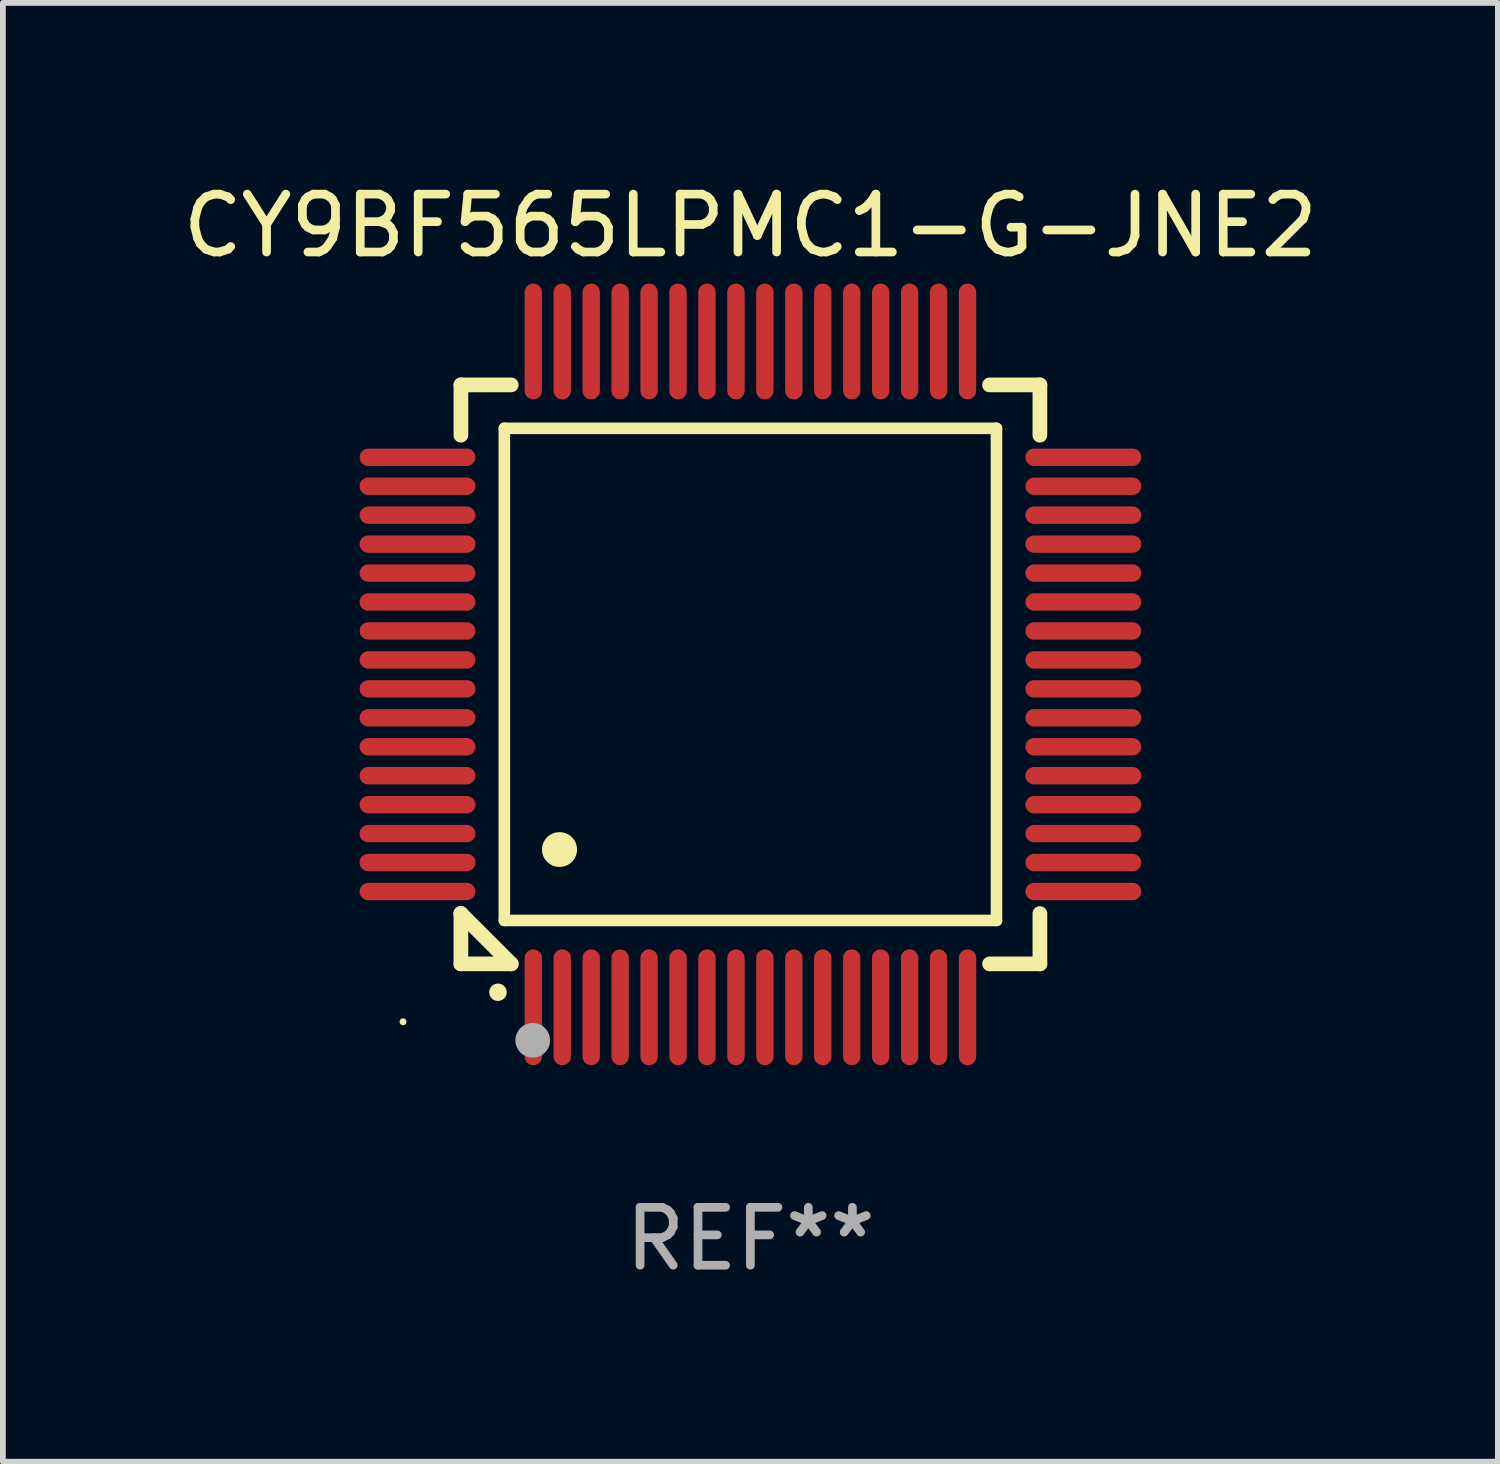
<source format=kicad_pcb>
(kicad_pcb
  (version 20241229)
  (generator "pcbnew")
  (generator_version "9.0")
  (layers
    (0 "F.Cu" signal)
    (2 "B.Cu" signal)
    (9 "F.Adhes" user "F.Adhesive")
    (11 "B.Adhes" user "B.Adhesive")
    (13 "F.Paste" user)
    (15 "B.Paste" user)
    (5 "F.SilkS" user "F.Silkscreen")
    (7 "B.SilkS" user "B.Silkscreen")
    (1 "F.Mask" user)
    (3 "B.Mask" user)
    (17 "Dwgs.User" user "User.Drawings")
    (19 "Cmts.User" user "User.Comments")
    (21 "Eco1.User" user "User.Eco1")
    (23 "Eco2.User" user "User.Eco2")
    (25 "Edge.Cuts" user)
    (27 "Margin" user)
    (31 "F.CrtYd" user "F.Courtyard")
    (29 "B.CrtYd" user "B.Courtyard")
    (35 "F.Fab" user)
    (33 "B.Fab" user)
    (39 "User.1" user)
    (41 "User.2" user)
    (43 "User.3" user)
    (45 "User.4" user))
  (footprint "CY9BF565LPMC1-G-JNE2"
    (layer "F.Cu")
    (at 9.911 8.598)
    (property "Reference" "CY9BF565LPMC1-G-JNE2" (at 0 -7.75 0) (layer "F.SilkS") (effects (font (size 1 1) (thickness 0.15))))
    (attr through_hole)
    (fp_line (start -5 -5) (end -4.131 -5) (stroke (width 0.254) (type solid)) (layer "F.SilkS"))
    (fp_line (start -5 -4.131) (end -5 -5) (stroke (width 0.254) (type solid)) (layer "F.SilkS"))
    (fp_line (start -5 4.131) (end -5 4.131) (stroke (width 0.254) (type solid)) (layer "F.SilkS"))
    (fp_line (start -5 5) (end -5 4.131) (stroke (width 0.254) (type solid)) (layer "F.SilkS"))
    (fp_line (start -5 4.131) (end -4.131 5) (stroke (width 0.254) (type solid)) (layer "F.SilkS"))
    (fp_line (start -4.25 -4.25) (end -4.25 4.25) (stroke (width 0.2) (type solid)) (layer "F.SilkS"))
    (fp_line (start -4.25 4.25) (end 4.25 4.25) (stroke (width 0.2) (type solid)) (layer "F.SilkS"))
    (fp_line (start -4.131 5) (end -5 5) (stroke (width 0.254) (type solid)) (layer "F.SilkS"))
    (fp_line (start 4.25 -4.25) (end -4.25 -4.25) (stroke (width 0.2) (type solid)) (layer "F.SilkS"))
    (fp_line (start 4.25 4.25) (end 4.25 -4.25) (stroke (width 0.2) (type solid)) (layer "F.SilkS"))
    (fp_line (start 5 -5) (end 4.131 -5) (stroke (width 0.254) (type solid)) (layer "F.SilkS"))
    (fp_line (start 5 -5) (end 5 -4.131) (stroke (width 0.254) (type solid)) (layer "F.SilkS"))
    (fp_line (start 5 4.131) (end 5 5) (stroke (width 0.254) (type solid)) (layer "F.SilkS"))
    (fp_line (start 5 5) (end 4.131 5) (stroke (width 0.254) (type solid)) (layer "F.SilkS"))
    (fp_arc (start -4.361265 5.489992) (mid -4.359995 5.489987) (end -4.358725 5.489992) (stroke (width 0.3) (type solid)) (layer "F.SilkS"))
    (fp_arc (start -3.299467 3.025146) (mid -3.296927 3.025135) (end -3.294387 3.025146) (stroke (width 0.6) (type solid)) (layer "F.SilkS"))
    (fp_circle (center -6 6) (end -5.97 6) (stroke (width 0.06) (type solid)) (fill no) (layer "F.SilkS"))
    (fp_circle (center -3.76 6.32) (end -3.61 6.32) (stroke (width 0.3) (type solid)) (fill no) (layer "F.Fab"))
    (fp_text user "REF**" (at 0 9.75 0) (layer "F.Fab") (effects (font (size 1 1) (thickness 0.15))))
    (pad "1" smd oval (at -3.75 5.75) (size 0.3 2) (layers "F.Cu" "F.Mask" "F.Paste"))
    (pad "2" smd oval (at -3.25 5.75) (size 0.3 2) (layers "F.Cu" "F.Mask" "F.Paste"))
    (pad "3" smd oval (at -2.75 5.75) (size 0.3 2) (layers "F.Cu" "F.Mask" "F.Paste"))
    (pad "4" smd oval (at -2.25 5.75) (size 0.3 2) (layers "F.Cu" "F.Mask" "F.Paste"))
    (pad "5" smd oval (at -1.75 5.75) (size 0.3 2) (layers "F.Cu" "F.Mask" "F.Paste"))
    (pad "6" smd oval (at -1.25 5.75) (size 0.3 2) (layers "F.Cu" "F.Mask" "F.Paste"))
    (pad "7" smd oval (at -0.75 5.75) (size 0.3 2) (layers "F.Cu" "F.Mask" "F.Paste"))
    (pad "8" smd oval (at -0.25 5.75) (size 0.3 2) (layers "F.Cu" "F.Mask" "F.Paste"))
    (pad "9" smd oval (at 0.25 5.75) (size 0.3 2) (layers "F.Cu" "F.Mask" "F.Paste"))
    (pad "10" smd oval (at 0.75 5.75) (size 0.3 2) (layers "F.Cu" "F.Mask" "F.Paste"))
    (pad "11" smd oval (at 1.25 5.75) (size 0.3 2) (layers "F.Cu" "F.Mask" "F.Paste"))
    (pad "12" smd oval (at 1.75 5.75) (size 0.3 2) (layers "F.Cu" "F.Mask" "F.Paste"))
    (pad "13" smd oval (at 2.25 5.75) (size 0.3 2) (layers "F.Cu" "F.Mask" "F.Paste"))
    (pad "14" smd oval (at 2.75 5.75) (size 0.3 2) (layers "F.Cu" "F.Mask" "F.Paste"))
    (pad "15" smd oval (at 3.25 5.75) (size 0.3 2) (layers "F.Cu" "F.Mask" "F.Paste"))
    (pad "16" smd oval (at 3.75 5.75) (size 0.3 2) (layers "F.Cu" "F.Mask" "F.Paste"))
    (pad "17" smd oval (at 5.75 3.75) (size 2 0.3) (layers "F.Cu" "F.Mask" "F.Paste"))
    (pad "18" smd oval (at 5.75 3.25) (size 2 0.3) (layers "F.Cu" "F.Mask" "F.Paste"))
    (pad "19" smd oval (at 5.75 2.75) (size 2 0.3) (layers "F.Cu" "F.Mask" "F.Paste"))
    (pad "20" smd oval (at 5.75 2.25) (size 2 0.3) (layers "F.Cu" "F.Mask" "F.Paste"))
    (pad "21" smd oval (at 5.75 1.75) (size 2 0.3) (layers "F.Cu" "F.Mask" "F.Paste"))
    (pad "22" smd oval (at 5.75 1.25) (size 2 0.3) (layers "F.Cu" "F.Mask" "F.Paste"))
    (pad "23" smd oval (at 5.75 0.75) (size 2 0.3) (layers "F.Cu" "F.Mask" "F.Paste"))
    (pad "24" smd oval (at 5.75 0.25) (size 2 0.3) (layers "F.Cu" "F.Mask" "F.Paste"))
    (pad "25" smd oval (at 5.75 -0.25) (size 2 0.3) (layers "F.Cu" "F.Mask" "F.Paste"))
    (pad "26" smd oval (at 5.75 -0.75) (size 2 0.3) (layers "F.Cu" "F.Mask" "F.Paste"))
    (pad "27" smd oval (at 5.75 -1.25) (size 2 0.3) (layers "F.Cu" "F.Mask" "F.Paste"))
    (pad "28" smd oval (at 5.75 -1.75) (size 2 0.3) (layers "F.Cu" "F.Mask" "F.Paste"))
    (pad "29" smd oval (at 5.75 -2.25) (size 2 0.3) (layers "F.Cu" "F.Mask" "F.Paste"))
    (pad "30" smd oval (at 5.75 -2.75) (size 2 0.3) (layers "F.Cu" "F.Mask" "F.Paste"))
    (pad "31" smd oval (at 5.75 -3.25) (size 2 0.3) (layers "F.Cu" "F.Mask" "F.Paste"))
    (pad "32" smd oval (at 5.75 -3.75) (size 2 0.3) (layers "F.Cu" "F.Mask" "F.Paste"))
    (pad "33" smd oval (at 3.75 -5.75) (size 0.3 2) (layers "F.Cu" "F.Mask" "F.Paste"))
    (pad "34" smd oval (at 3.25 -5.75) (size 0.3 2) (layers "F.Cu" "F.Mask" "F.Paste"))
    (pad "35" smd oval (at 2.75 -5.75) (size 0.3 2) (layers "F.Cu" "F.Mask" "F.Paste"))
    (pad "36" smd oval (at 2.25 -5.75) (size 0.3 2) (layers "F.Cu" "F.Mask" "F.Paste"))
    (pad "37" smd oval (at 1.75 -5.75) (size 0.3 2) (layers "F.Cu" "F.Mask" "F.Paste"))
    (pad "38" smd oval (at 1.25 -5.75) (size 0.3 2) (layers "F.Cu" "F.Mask" "F.Paste"))
    (pad "39" smd oval (at 0.75 -5.75) (size 0.3 2) (layers "F.Cu" "F.Mask" "F.Paste"))
    (pad "40" smd oval (at 0.25 -5.75) (size 0.3 2) (layers "F.Cu" "F.Mask" "F.Paste"))
    (pad "41" smd oval (at -0.25 -5.75) (size 0.3 2) (layers "F.Cu" "F.Mask" "F.Paste"))
    (pad "42" smd oval (at -0.75 -5.75) (size 0.3 2) (layers "F.Cu" "F.Mask" "F.Paste"))
    (pad "43" smd oval (at -1.25 -5.75) (size 0.3 2) (layers "F.Cu" "F.Mask" "F.Paste"))
    (pad "44" smd oval (at -1.75 -5.75) (size 0.3 2) (layers "F.Cu" "F.Mask" "F.Paste"))
    (pad "45" smd oval (at -2.25 -5.75) (size 0.3 2) (layers "F.Cu" "F.Mask" "F.Paste"))
    (pad "46" smd oval (at -2.75 -5.75) (size 0.3 2) (layers "F.Cu" "F.Mask" "F.Paste"))
    (pad "47" smd oval (at -3.25 -5.75) (size 0.3 2) (layers "F.Cu" "F.Mask" "F.Paste"))
    (pad "48" smd oval (at -3.75 -5.75) (size 0.3 2) (layers "F.Cu" "F.Mask" "F.Paste"))
    (pad "49" smd oval (at -5.75 -3.75) (size 2 0.3) (layers "F.Cu" "F.Mask" "F.Paste"))
    (pad "50" smd oval (at -5.75 -3.25) (size 2 0.3) (layers "F.Cu" "F.Mask" "F.Paste"))
    (pad "51" smd oval (at -5.75 -2.75) (size 2 0.3) (layers "F.Cu" "F.Mask" "F.Paste"))
    (pad "52" smd oval (at -5.75 -2.25) (size 2 0.3) (layers "F.Cu" "F.Mask" "F.Paste"))
    (pad "53" smd oval (at -5.75 -1.75) (size 2 0.3) (layers "F.Cu" "F.Mask" "F.Paste"))
    (pad "54" smd oval (at -5.75 -1.25) (size 2 0.3) (layers "F.Cu" "F.Mask" "F.Paste"))
    (pad "55" smd oval (at -5.75 -0.75) (size 2 0.3) (layers "F.Cu" "F.Mask" "F.Paste"))
    (pad "56" smd oval (at -5.75 -0.25) (size 2 0.3) (layers "F.Cu" "F.Mask" "F.Paste"))
    (pad "57" smd oval (at -5.75 0.25) (size 2 0.3) (layers "F.Cu" "F.Mask" "F.Paste"))
    (pad "58" smd oval (at -5.75 0.75) (size 2 0.3) (layers "F.Cu" "F.Mask" "F.Paste"))
    (pad "59" smd oval (at -5.75 1.25) (size 2 0.3) (layers "F.Cu" "F.Mask" "F.Paste"))
    (pad "60" smd oval (at -5.75 1.75) (size 2 0.3) (layers "F.Cu" "F.Mask" "F.Paste"))
    (pad "61" smd oval (at -5.75 2.25) (size 2 0.3) (layers "F.Cu" "F.Mask" "F.Paste"))
    (pad "62" smd oval (at -5.75 2.75) (size 2 0.3) (layers "F.Cu" "F.Mask" "F.Paste"))
    (pad "63" smd oval (at -5.75 3.25) (size 2 0.3) (layers "F.Cu" "F.Mask" "F.Paste"))
    (pad "64" smd oval (at -5.75 3.75) (size 2 0.3) (layers "F.Cu" "F.Mask" "F.Paste")))
  (gr_rect
    (start -3 -3)
    (end 22.821 22.196)
    (stroke (width 0.1) (type default))
    (fill no)
    (layer "Edge.Cuts")))
</source>
